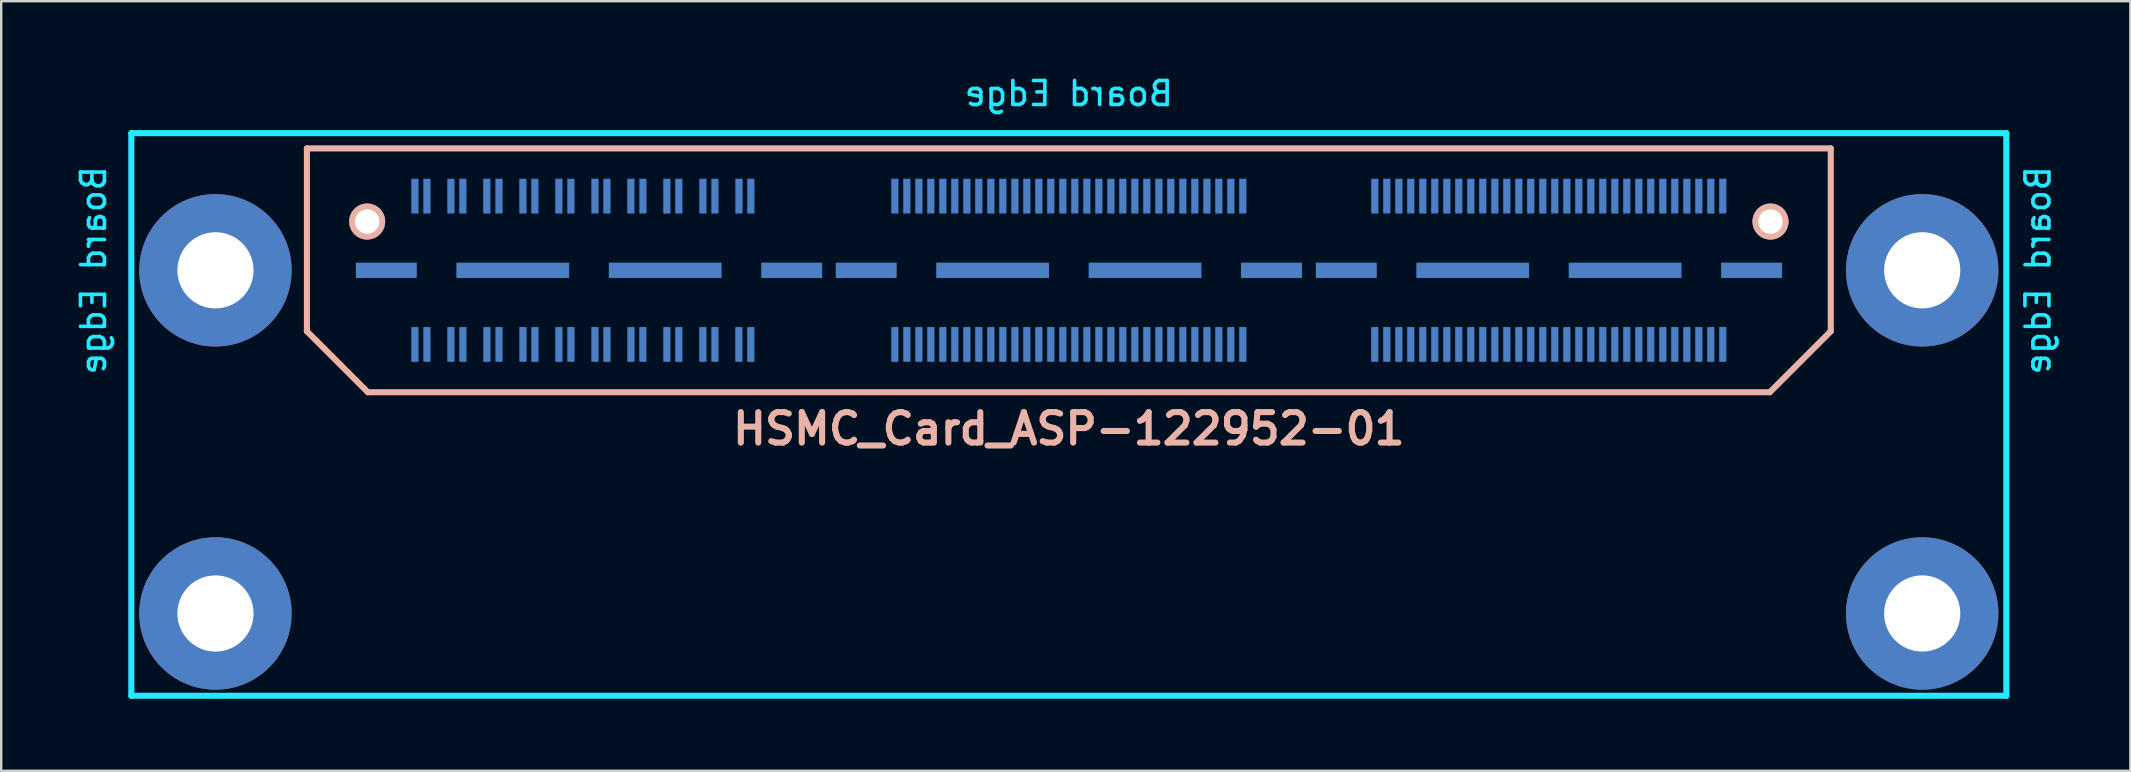
<source format=kicad_pcb>
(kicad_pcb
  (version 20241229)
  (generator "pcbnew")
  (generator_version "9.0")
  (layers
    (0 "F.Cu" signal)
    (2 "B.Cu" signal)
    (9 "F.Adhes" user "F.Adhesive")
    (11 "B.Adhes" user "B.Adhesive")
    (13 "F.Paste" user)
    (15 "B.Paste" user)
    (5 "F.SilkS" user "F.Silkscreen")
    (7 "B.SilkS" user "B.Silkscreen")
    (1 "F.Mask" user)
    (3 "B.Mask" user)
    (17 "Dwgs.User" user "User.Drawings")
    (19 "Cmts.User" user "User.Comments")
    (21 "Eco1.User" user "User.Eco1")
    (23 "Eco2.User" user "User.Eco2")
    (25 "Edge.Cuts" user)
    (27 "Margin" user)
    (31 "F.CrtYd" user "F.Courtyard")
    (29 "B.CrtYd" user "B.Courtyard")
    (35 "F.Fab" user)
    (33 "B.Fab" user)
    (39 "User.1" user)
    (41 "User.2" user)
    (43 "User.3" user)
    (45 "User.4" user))
  (footprint "HSMC_Card_ASP-122952-01"
    (layer "F.Cu")
    (at 41.488 8.214)
    (property "Reference" "HSMC_Card_ASP-122952-01" (at 0 6.604 0) (layer "B.SilkS") (effects (font (size 1.27 1.27) (thickness 0.254))))
    (attr smd)
    (fp_line (start -31.75 -5.08) (end 31.75 -5.08) (stroke (width 0.254) (type solid)) (layer "B.SilkS"))
    (fp_line (start -31.75 2.54) (end -31.75 -5.08) (stroke (width 0.254) (type solid)) (layer "B.SilkS"))
    (fp_line (start -29.21 5.08) (end -31.75 2.54) (stroke (width 0.254) (type solid)) (layer "B.SilkS"))
    (fp_line (start -29.21 5.08) (end 29.21 5.08) (stroke (width 0.254) (type solid)) (layer "B.SilkS"))
    (fp_line (start 29.21 5.08) (end 31.75 2.54) (stroke (width 0.254) (type solid)) (layer "B.SilkS"))
    (fp_line (start 31.75 2.54) (end 31.75 -5.08) (stroke (width 0.254) (type solid)) (layer "B.SilkS"))
    (fp_line (start -39.065 -5.715) (end -39.065 17.729) (stroke (width 0.254) (type solid)) (layer "B.CrtYd"))
    (fp_line (start -39.065 -5.715) (end 39.065 -5.715) (stroke (width 0.254) (type solid)) (layer "B.CrtYd"))
    (fp_line (start -39.065 17.729) (end 39.065 17.729) (stroke (width 0.254) (type solid)) (layer "B.CrtYd"))
    (fp_line (start 39.065 -5.715) (end 39.065 17.729) (stroke (width 0.254) (type solid)) (layer "B.CrtYd"))
    (fp_text user "Board Edge" (at 0 -7.366 180) (layer "B.CrtYd") (effects (font (size 1 1) (thickness 0.15)) (justify mirror)))
    (fp_text user "Board Edge" (at 40.386 0 270) (layer "B.CrtYd") (effects (font (size 1 1) (thickness 0.15)) (justify mirror)))
    (fp_text user "Board Edge" (at -40.64 0 90) (layer "B.CrtYd") (effects (font (size 1 1) (thickness 0.15)) (justify mirror)))
    (pad "" np_thru_hole circle (at -35.56 0) (size 6.35 6.35) (drill 3.175) (layers "*.Cu" "*.Mask"))
    (pad "" np_thru_hole circle (at -35.56 14.3) (size 6.35 6.35) (drill 3.175) (layers "*.Cu" "*.Mask"))
    (pad "" np_thru_hole circle (at -29.238 -2.032) (size 1.501 1.501) (drill 1.016) (layers "*.Cu" "*.Mask" "B.SilkS"))
    (pad "" np_thru_hole circle (at 29.238 -2.032) (size 1.501 1.501) (drill 1.016) (layers "*.Cu" "*.Mask" "B.SilkS"))
    (pad "" np_thru_hole circle (at 35.56 0) (size 6.35 6.35) (drill 3.175) (layers "*.Cu" "*.Mask"))
    (pad "" np_thru_hole circle (at 35.56 14.3) (size 6.35 6.35) (drill 3.175) (layers "*.Cu" "*.Mask"))
    (pad "1" smd rect (at -27.249 -3.091) (size 0.3 1.45) (layers "B.Cu" "B.Mask" "B.Paste"))
    (pad "2" smd rect (at -27.249 3.089) (size 0.3 1.45) (layers "B.Cu" "B.Mask" "B.Paste"))
    (pad "3" smd rect (at -26.749 -3.091) (size 0.3 1.45) (layers "B.Cu" "B.Mask" "B.Paste"))
    (pad "4" smd rect (at -26.749 3.089) (size 0.3 1.45) (layers "B.Cu" "B.Mask" "B.Paste"))
    (pad "5" smd rect (at -25.748 -3.091) (size 0.3 1.45) (layers "B.Cu" "B.Mask" "B.Paste"))
    (pad "6" smd rect (at -25.748 3.089) (size 0.3 1.45) (layers "B.Cu" "B.Mask" "B.Paste"))
    (pad "7" smd rect (at -25.25 -3.091) (size 0.3 1.45) (layers "B.Cu" "B.Mask" "B.Paste"))
    (pad "8" smd rect (at -25.25 3.089) (size 0.3 1.45) (layers "B.Cu" "B.Mask" "B.Paste"))
    (pad "9" smd rect (at -24.252 -3.091) (size 0.3 1.45) (layers "B.Cu" "B.Mask" "B.Paste"))
    (pad "10" smd rect (at -24.249 3.089) (size 0.3 1.45) (layers "B.Cu" "B.Mask" "B.Paste"))
    (pad "11" smd rect (at -23.746 -3.091) (size 0.3 1.45) (layers "B.Cu" "B.Mask" "B.Paste"))
    (pad "12" smd rect (at -23.746 3.089) (size 0.3 1.45) (layers "B.Cu" "B.Mask" "B.Paste"))
    (pad "13" smd rect (at -22.748 -3.091) (size 0.3 1.45) (layers "B.Cu" "B.Mask" "B.Paste"))
    (pad "14" smd rect (at -22.746 3.089) (size 0.3 1.45) (layers "B.Cu" "B.Mask" "B.Paste"))
    (pad "15" smd rect (at -22.25 -3.091) (size 0.3 1.45) (layers "B.Cu" "B.Mask" "B.Paste"))
    (pad "16" smd rect (at -22.248 3.089) (size 0.3 1.45) (layers "B.Cu" "B.Mask" "B.Paste"))
    (pad "17" smd rect (at -21.25 -3.091) (size 0.3 1.45) (layers "B.Cu" "B.Mask" "B.Paste"))
    (pad "18" smd rect (at -21.25 3.089) (size 0.3 1.45) (layers "B.Cu" "B.Mask" "B.Paste"))
    (pad "19" smd rect (at -20.749 -3.091) (size 0.3 1.45) (layers "B.Cu" "B.Mask" "B.Paste"))
    (pad "20" smd rect (at -20.747 3.089) (size 0.3 1.45) (layers "B.Cu" "B.Mask" "B.Paste"))
    (pad "21" smd rect (at -19.746 -3.091) (size 0.3 1.45) (layers "B.Cu" "B.Mask" "B.Paste"))
    (pad "22" smd rect (at -19.746 3.089) (size 0.3 1.45) (layers "B.Cu" "B.Mask" "B.Paste"))
    (pad "23" smd rect (at -19.248 -3.091) (size 0.3 1.45) (layers "B.Cu" "B.Mask" "B.Paste"))
    (pad "24" smd rect (at -19.248 3.089) (size 0.3 1.45) (layers "B.Cu" "B.Mask" "B.Paste"))
    (pad "25" smd rect (at -18.25 -3.091) (size 0.3 1.45) (layers "B.Cu" "B.Mask" "B.Paste"))
    (pad "26" smd rect (at -18.247 3.089) (size 0.3 1.45) (layers "B.Cu" "B.Mask" "B.Paste"))
    (pad "27" smd rect (at -17.747 -3.091) (size 0.3 1.45) (layers "B.Cu" "B.Mask" "B.Paste"))
    (pad "28" smd rect (at -17.75 3.089) (size 0.3 1.45) (layers "B.Cu" "B.Mask" "B.Paste"))
    (pad "29" smd rect (at -16.749 -3.091) (size 0.3 1.45) (layers "B.Cu" "B.Mask" "B.Paste"))
    (pad "30" smd rect (at -16.749 3.089) (size 0.3 1.45) (layers "B.Cu" "B.Mask" "B.Paste"))
    (pad "31" smd rect (at -16.251 -3.091) (size 0.3 1.45) (layers "B.Cu" "B.Mask" "B.Paste"))
    (pad "32" smd rect (at -16.251 3.089) (size 0.3 1.45) (layers "B.Cu" "B.Mask" "B.Paste"))
    (pad "33" smd rect (at -15.248 -3.091) (size 0.3 1.45) (layers "B.Cu" "B.Mask" "B.Paste"))
    (pad "34" smd rect (at -15.25 3.089) (size 0.3 1.45) (layers "B.Cu" "B.Mask" "B.Paste"))
    (pad "35" smd rect (at -14.747 -3.091) (size 0.3 1.45) (layers "B.Cu" "B.Mask" "B.Paste"))
    (pad "36" smd rect (at -14.747 3.089) (size 0.3 1.45) (layers "B.Cu" "B.Mask" "B.Paste"))
    (pad "37" smd rect (at -13.746 -3.091) (size 0.3 1.45) (layers "B.Cu" "B.Mask" "B.Paste"))
    (pad "38" smd rect (at -13.749 3.089) (size 0.3 1.45) (layers "B.Cu" "B.Mask" "B.Paste"))
    (pad "39" smd rect (at -13.249 -3.091) (size 0.3 1.45) (layers "B.Cu" "B.Mask" "B.Paste"))
    (pad "40" smd rect (at -13.251 3.089) (size 0.3 1.45) (layers "B.Cu" "B.Mask" "B.Paste"))
    (pad "41" smd rect (at -7.249 -3.091) (size 0.3 1.45) (layers "B.Cu" "B.Mask" "B.Paste"))
    (pad "42" smd rect (at -7.249 3.089) (size 0.3 1.45) (layers "B.Cu" "B.Mask" "B.Paste"))
    (pad "43" smd rect (at -6.751 -3.091) (size 0.3 1.45) (layers "B.Cu" "B.Mask" "B.Paste"))
    (pad "44" smd rect (at -6.751 3.089) (size 0.3 1.45) (layers "B.Cu" "B.Mask" "B.Paste"))
    (pad "45" smd rect (at -6.248 -3.091) (size 0.3 1.45) (layers "B.Cu" "B.Mask" "B.Paste"))
    (pad "46" smd rect (at -6.248 3.089) (size 0.3 1.45) (layers "B.Cu" "B.Mask" "B.Paste"))
    (pad "47" smd rect (at -5.751 -3.091) (size 0.3 1.45) (layers "B.Cu" "B.Mask" "B.Paste"))
    (pad "48" smd rect (at -5.751 3.089) (size 0.3 1.45) (layers "B.Cu" "B.Mask" "B.Paste"))
    (pad "49" smd rect (at -5.25 -3.091) (size 0.3 1.45) (layers "B.Cu" "B.Mask" "B.Paste"))
    (pad "50" smd rect (at -5.25 3.089) (size 0.3 1.45) (layers "B.Cu" "B.Mask" "B.Paste"))
    (pad "51" smd rect (at -4.752 -3.091) (size 0.3 1.45) (layers "B.Cu" "B.Mask" "B.Paste"))
    (pad "52" smd rect (at -4.752 3.089) (size 0.3 1.45) (layers "B.Cu" "B.Mask" "B.Paste"))
    (pad "53" smd rect (at -4.249 -3.091) (size 0.3 1.45) (layers "B.Cu" "B.Mask" "B.Paste"))
    (pad "54" smd rect (at -4.249 3.089) (size 0.3 1.45) (layers "B.Cu" "B.Mask" "B.Paste"))
    (pad "55" smd rect (at -3.752 -3.091) (size 0.3 1.45) (layers "B.Cu" "B.Mask" "B.Paste"))
    (pad "56" smd rect (at -3.752 3.089) (size 0.3 1.45) (layers "B.Cu" "B.Mask" "B.Paste"))
    (pad "57" smd rect (at -3.249 -3.091) (size 0.3 1.45) (layers "B.Cu" "B.Mask" "B.Paste"))
    (pad "58" smd rect (at -3.249 3.089) (size 0.3 1.45) (layers "B.Cu" "B.Mask" "B.Paste"))
    (pad "59" smd rect (at -2.751 -3.091) (size 0.3 1.45) (layers "B.Cu" "B.Mask" "B.Paste"))
    (pad "60" smd rect (at -2.751 3.089) (size 0.3 1.45) (layers "B.Cu" "B.Mask" "B.Paste"))
    (pad "61" smd rect (at -2.248 -3.091) (size 0.3 1.45) (layers "B.Cu" "B.Mask" "B.Paste"))
    (pad "62" smd rect (at -2.248 3.089) (size 0.3 1.45) (layers "B.Cu" "B.Mask" "B.Paste"))
    (pad "63" smd rect (at -1.75 -3.091) (size 0.3 1.45) (layers "B.Cu" "B.Mask" "B.Paste"))
    (pad "64" smd rect (at -1.75 3.089) (size 0.3 1.45) (layers "B.Cu" "B.Mask" "B.Paste"))
    (pad "65" smd rect (at -1.25 -3.091) (size 0.3 1.45) (layers "B.Cu" "B.Mask" "B.Paste"))
    (pad "66" smd rect (at -1.25 3.089) (size 0.3 1.45) (layers "B.Cu" "B.Mask" "B.Paste"))
    (pad "67" smd rect (at -0.752 -3.091) (size 0.3 1.45) (layers "B.Cu" "B.Mask" "B.Paste"))
    (pad "68" smd rect (at -0.752 3.089) (size 0.3 1.45) (layers "B.Cu" "B.Mask" "B.Paste"))
    (pad "69" smd rect (at -0.249 -3.091) (size 0.3 1.45) (layers "B.Cu" "B.Mask" "B.Paste"))
    (pad "70" smd rect (at -0.249 3.089) (size 0.3 1.45) (layers "B.Cu" "B.Mask" "B.Paste"))
    (pad "71" smd rect (at 0.249 -3.091) (size 0.3 1.45) (layers "B.Cu" "B.Mask" "B.Paste"))
    (pad "72" smd rect (at 0.249 3.089) (size 0.3 1.45) (layers "B.Cu" "B.Mask" "B.Paste"))
    (pad "73" smd rect (at 0.752 -3.091) (size 0.3 1.45) (layers "B.Cu" "B.Mask" "B.Paste"))
    (pad "74" smd rect (at 0.752 3.089) (size 0.3 1.45) (layers "B.Cu" "B.Mask" "B.Paste"))
    (pad "75" smd rect (at 1.25 -3.091) (size 0.3 1.45) (layers "B.Cu" "B.Mask" "B.Paste"))
    (pad "76" smd rect (at 1.25 3.089) (size 0.3 1.45) (layers "B.Cu" "B.Mask" "B.Paste"))
    (pad "77" smd rect (at 1.753 -3.091) (size 0.3 1.45) (layers "B.Cu" "B.Mask" "B.Paste"))
    (pad "78" smd rect (at 1.753 3.089) (size 0.3 1.45) (layers "B.Cu" "B.Mask" "B.Paste"))
    (pad "79" smd rect (at 2.25 -3.091) (size 0.3 1.45) (layers "B.Cu" "B.Mask" "B.Paste"))
    (pad "80" smd rect (at 2.25 3.089) (size 0.3 1.45) (layers "B.Cu" "B.Mask" "B.Paste"))
    (pad "81" smd rect (at 2.751 -3.091) (size 0.3 1.45) (layers "B.Cu" "B.Mask" "B.Paste"))
    (pad "82" smd rect (at 2.751 3.089) (size 0.3 1.45) (layers "B.Cu" "B.Mask" "B.Paste"))
    (pad "83" smd rect (at 3.249 -3.091) (size 0.3 1.45) (layers "B.Cu" "B.Mask" "B.Paste"))
    (pad "84" smd rect (at 3.249 3.089) (size 0.3 1.45) (layers "B.Cu" "B.Mask" "B.Paste"))
    (pad "85" smd rect (at 3.752 -3.091) (size 0.3 1.45) (layers "B.Cu" "B.Mask" "B.Paste"))
    (pad "86" smd rect (at 3.752 3.089) (size 0.3 1.45) (layers "B.Cu" "B.Mask" "B.Paste"))
    (pad "87" smd rect (at 4.249 -3.091) (size 0.3 1.45) (layers "B.Cu" "B.Mask" "B.Paste"))
    (pad "88" smd rect (at 4.249 3.089) (size 0.3 1.45) (layers "B.Cu" "B.Mask" "B.Paste"))
    (pad "89" smd rect (at 4.752 -3.091) (size 0.3 1.45) (layers "B.Cu" "B.Mask" "B.Paste"))
    (pad "90" smd rect (at 4.752 3.089) (size 0.3 1.45) (layers "B.Cu" "B.Mask" "B.Paste"))
    (pad "91" smd rect (at 5.25 -3.091) (size 0.3 1.45) (layers "B.Cu" "B.Mask" "B.Paste"))
    (pad "92" smd rect (at 5.25 3.089) (size 0.3 1.45) (layers "B.Cu" "B.Mask" "B.Paste"))
    (pad "93" smd rect (at 5.753 -3.091) (size 0.3 1.45) (layers "B.Cu" "B.Mask" "B.Paste"))
    (pad "94" smd rect (at 5.753 3.089) (size 0.3 1.45) (layers "B.Cu" "B.Mask" "B.Paste"))
    (pad "95" smd rect (at 6.251 -3.091) (size 0.3 1.45) (layers "B.Cu" "B.Mask" "B.Paste"))
    (pad "96" smd rect (at 6.251 3.089) (size 0.3 1.45) (layers "B.Cu" "B.Mask" "B.Paste"))
    (pad "97" smd rect (at 6.751 -3.091) (size 0.3 1.45) (layers "B.Cu" "B.Mask" "B.Paste"))
    (pad "98" smd rect (at 6.751 3.089) (size 0.3 1.45) (layers "B.Cu" "B.Mask" "B.Paste"))
    (pad "99" smd rect (at 7.249 -3.091) (size 0.3 1.45) (layers "B.Cu" "B.Mask" "B.Paste"))
    (pad "100" smd rect (at 7.249 3.089) (size 0.3 1.45) (layers "B.Cu" "B.Mask" "B.Paste"))
    (pad "101" smd rect (at 12.751 -3.091) (size 0.3 1.45) (layers "B.Cu" "B.Mask" "B.Paste"))
    (pad "102" smd rect (at 12.748 3.089) (size 0.3 1.45) (layers "B.Cu" "B.Mask" "B.Paste"))
    (pad "103" smd rect (at 13.249 -3.091) (size 0.3 1.45) (layers "B.Cu" "B.Mask" "B.Paste"))
    (pad "104" smd rect (at 13.249 3.089) (size 0.3 1.45) (layers "B.Cu" "B.Mask" "B.Paste"))
    (pad "105" smd rect (at 13.752 -3.091) (size 0.3 1.45) (layers "B.Cu" "B.Mask" "B.Paste"))
    (pad "106" smd rect (at 13.752 3.089) (size 0.3 1.45) (layers "B.Cu" "B.Mask" "B.Paste"))
    (pad "107" smd rect (at 14.249 -3.091) (size 0.3 1.45) (layers "B.Cu" "B.Mask" "B.Paste"))
    (pad "108" smd rect (at 14.249 3.089) (size 0.3 1.45) (layers "B.Cu" "B.Mask" "B.Paste"))
    (pad "109" smd rect (at 14.75 -3.091) (size 0.3 1.45) (layers "B.Cu" "B.Mask" "B.Paste"))
    (pad "110" smd rect (at 14.75 3.089) (size 0.3 1.45) (layers "B.Cu" "B.Mask" "B.Paste"))
    (pad "111" smd rect (at 15.248 -3.091) (size 0.3 1.45) (layers "B.Cu" "B.Mask" "B.Paste"))
    (pad "112" smd rect (at 15.248 3.089) (size 0.3 1.45) (layers "B.Cu" "B.Mask" "B.Paste"))
    (pad "113" smd rect (at 15.751 -3.091) (size 0.3 1.45) (layers "B.Cu" "B.Mask" "B.Paste"))
    (pad "114" smd rect (at 15.751 3.089) (size 0.3 1.45) (layers "B.Cu" "B.Mask" "B.Paste"))
    (pad "115" smd rect (at 16.248 -3.091) (size 0.3 1.45) (layers "B.Cu" "B.Mask" "B.Paste"))
    (pad "116" smd rect (at 16.248 3.089) (size 0.3 1.45) (layers "B.Cu" "B.Mask" "B.Paste"))
    (pad "117" smd rect (at 16.751 -3.091) (size 0.3 1.45) (layers "B.Cu" "B.Mask" "B.Paste"))
    (pad "118" smd rect (at 16.751 3.089) (size 0.3 1.45) (layers "B.Cu" "B.Mask" "B.Paste"))
    (pad "119" smd rect (at 17.249 -3.091) (size 0.3 1.45) (layers "B.Cu" "B.Mask" "B.Paste"))
    (pad "120" smd rect (at 17.249 3.089) (size 0.3 1.45) (layers "B.Cu" "B.Mask" "B.Paste"))
    (pad "121" smd rect (at 17.752 -3.091) (size 0.3 1.45) (layers "B.Cu" "B.Mask" "B.Paste"))
    (pad "122" smd rect (at 17.752 3.089) (size 0.3 1.45) (layers "B.Cu" "B.Mask" "B.Paste"))
    (pad "123" smd rect (at 18.25 -3.091) (size 0.3 1.45) (layers "B.Cu" "B.Mask" "B.Paste"))
    (pad "124" smd rect (at 18.25 3.089) (size 0.3 1.45) (layers "B.Cu" "B.Mask" "B.Paste"))
    (pad "125" smd rect (at 18.75 -3.091) (size 0.3 1.45) (layers "B.Cu" "B.Mask" "B.Paste"))
    (pad "126" smd rect (at 18.75 3.089) (size 0.3 1.45) (layers "B.Cu" "B.Mask" "B.Paste"))
    (pad "127" smd rect (at 19.248 -3.091) (size 0.3 1.45) (layers "B.Cu" "B.Mask" "B.Paste"))
    (pad "128" smd rect (at 19.248 3.089) (size 0.3 1.45) (layers "B.Cu" "B.Mask" "B.Paste"))
    (pad "129" smd rect (at 19.751 -3.091) (size 0.3 1.45) (layers "B.Cu" "B.Mask" "B.Paste"))
    (pad "130" smd rect (at 19.751 3.089) (size 0.3 1.45) (layers "B.Cu" "B.Mask" "B.Paste"))
    (pad "131" smd rect (at 20.249 -3.091) (size 0.3 1.45) (layers "B.Cu" "B.Mask" "B.Paste"))
    (pad "132" smd rect (at 20.249 3.089) (size 0.3 1.45) (layers "B.Cu" "B.Mask" "B.Paste"))
    (pad "133" smd rect (at 20.752 -3.091) (size 0.3 1.45) (layers "B.Cu" "B.Mask" "B.Paste"))
    (pad "134" smd rect (at 20.752 3.089) (size 0.3 1.45) (layers "B.Cu" "B.Mask" "B.Paste"))
    (pad "135" smd rect (at 21.25 -3.091) (size 0.3 1.45) (layers "B.Cu" "B.Mask" "B.Paste"))
    (pad "136" smd rect (at 21.25 3.089) (size 0.3 1.45) (layers "B.Cu" "B.Mask" "B.Paste"))
    (pad "137" smd rect (at 21.753 -3.091) (size 0.3 1.45) (layers "B.Cu" "B.Mask" "B.Paste"))
    (pad "138" smd rect (at 21.753 3.089) (size 0.3 1.45) (layers "B.Cu" "B.Mask" "B.Paste"))
    (pad "139" smd rect (at 22.25 -3.091) (size 0.3 1.45) (layers "B.Cu" "B.Mask" "B.Paste"))
    (pad "140" smd rect (at 22.25 3.089) (size 0.3 1.45) (layers "B.Cu" "B.Mask" "B.Paste"))
    (pad "141" smd rect (at 22.751 -3.091) (size 0.3 1.45) (layers "B.Cu" "B.Mask" "B.Paste"))
    (pad "142" smd rect (at 22.751 3.089) (size 0.3 1.45) (layers "B.Cu" "B.Mask" "B.Paste"))
    (pad "143" smd rect (at 23.249 -3.091) (size 0.3 1.45) (layers "B.Cu" "B.Mask" "B.Paste"))
    (pad "144" smd rect (at 23.249 3.089) (size 0.3 1.45) (layers "B.Cu" "B.Mask" "B.Paste"))
    (pad "145" smd rect (at 23.752 -3.091) (size 0.3 1.45) (layers "B.Cu" "B.Mask" "B.Paste"))
    (pad "146" smd rect (at 23.752 3.089) (size 0.3 1.45) (layers "B.Cu" "B.Mask" "B.Paste"))
    (pad "147" smd rect (at 24.249 -3.091) (size 0.3 1.45) (layers "B.Cu" "B.Mask" "B.Paste"))
    (pad "148" smd rect (at 24.249 3.089) (size 0.3 1.45) (layers "B.Cu" "B.Mask" "B.Paste"))
    (pad "149" smd rect (at 24.752 -3.091) (size 0.3 1.45) (layers "B.Cu" "B.Mask" "B.Paste"))
    (pad "150" smd rect (at 24.752 3.089) (size 0.3 1.45) (layers "B.Cu" "B.Mask" "B.Paste"))
    (pad "151" smd rect (at 25.25 -3.091) (size 0.3 1.45) (layers "B.Cu" "B.Mask" "B.Paste"))
    (pad "152" smd rect (at 25.25 3.089) (size 0.3 1.45) (layers "B.Cu" "B.Mask" "B.Paste"))
    (pad "153" smd rect (at 25.753 -3.091) (size 0.3 1.45) (layers "B.Cu" "B.Mask" "B.Paste"))
    (pad "154" smd rect (at 25.753 3.089) (size 0.3 1.45) (layers "B.Cu" "B.Mask" "B.Paste"))
    (pad "155" smd rect (at 26.251 -3.091) (size 0.3 1.45) (layers "B.Cu" "B.Mask" "B.Paste"))
    (pad "156" smd rect (at 26.251 3.089) (size 0.3 1.45) (layers "B.Cu" "B.Mask" "B.Paste"))
    (pad "157" smd rect (at 26.751 -3.091) (size 0.3 1.45) (layers "B.Cu" "B.Mask" "B.Paste"))
    (pad "158" smd rect (at 26.751 3.089) (size 0.3 1.45) (layers "B.Cu" "B.Mask" "B.Paste"))
    (pad "159" smd rect (at 27.249 -3.091) (size 0.3 1.45) (layers "B.Cu" "B.Mask" "B.Paste"))
    (pad "160" smd rect (at 27.249 3.089) (size 0.3 1.45) (layers "B.Cu" "B.Mask" "B.Paste"))
    (pad "161" smd rect (at -28.44 0) (size 2.54 0.64) (layers "B.Cu" "B.Mask" "B.Paste"))
    (pad "162" smd rect (at -23.17 0) (size 4.699 0.64) (layers "B.Cu" "B.Mask" "B.Paste"))
    (pad "163" smd rect (at -16.82 0) (size 4.699 0.64) (layers "B.Cu" "B.Mask" "B.Paste"))
    (pad "164" smd rect (at -11.549 0) (size 2.54 0.64) (layers "B.Cu" "B.Mask" "B.Paste"))
    (pad "165" smd rect (at -8.443 0) (size 2.54 0.64) (layers "B.Cu" "B.Mask" "B.Paste"))
    (pad "166" smd rect (at -3.175 0) (size 4.699 0.64) (layers "B.Cu" "B.Mask" "B.Paste"))
    (pad "167" smd rect (at 3.175 0) (size 4.699 0.64) (layers "B.Cu" "B.Mask" "B.Paste"))
    (pad "168" smd rect (at 8.445 0) (size 2.54 0.64) (layers "B.Cu" "B.Mask" "B.Paste"))
    (pad "169" smd rect (at 11.562 0) (size 2.54 0.64) (layers "B.Cu" "B.Mask" "B.Paste"))
    (pad "170" smd rect (at 16.83 0) (size 4.699 0.64) (layers "B.Cu" "B.Mask" "B.Paste"))
    (pad "171" smd rect (at 23.18 0) (size 4.699 0.64) (layers "B.Cu" "B.Mask" "B.Paste"))
    (pad "172" smd rect (at 28.451 0) (size 2.54 0.64) (layers "B.Cu" "B.Mask" "B.Paste")))
  (gr_rect
    (start -3 -3)
    (end 85.722 29.07)
    (stroke (width 0.1) (type default))
    (fill no)
    (layer "Edge.Cuts")))
</source>
